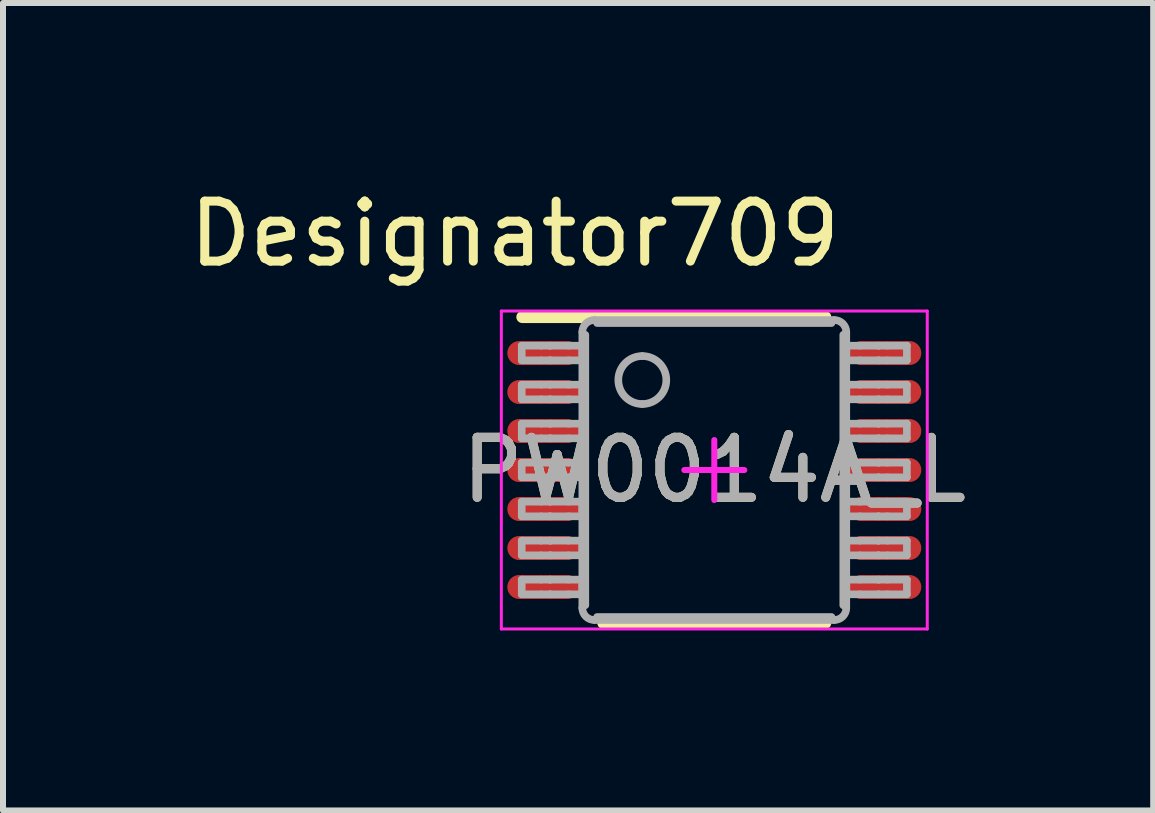
<source format=kicad_pcb>
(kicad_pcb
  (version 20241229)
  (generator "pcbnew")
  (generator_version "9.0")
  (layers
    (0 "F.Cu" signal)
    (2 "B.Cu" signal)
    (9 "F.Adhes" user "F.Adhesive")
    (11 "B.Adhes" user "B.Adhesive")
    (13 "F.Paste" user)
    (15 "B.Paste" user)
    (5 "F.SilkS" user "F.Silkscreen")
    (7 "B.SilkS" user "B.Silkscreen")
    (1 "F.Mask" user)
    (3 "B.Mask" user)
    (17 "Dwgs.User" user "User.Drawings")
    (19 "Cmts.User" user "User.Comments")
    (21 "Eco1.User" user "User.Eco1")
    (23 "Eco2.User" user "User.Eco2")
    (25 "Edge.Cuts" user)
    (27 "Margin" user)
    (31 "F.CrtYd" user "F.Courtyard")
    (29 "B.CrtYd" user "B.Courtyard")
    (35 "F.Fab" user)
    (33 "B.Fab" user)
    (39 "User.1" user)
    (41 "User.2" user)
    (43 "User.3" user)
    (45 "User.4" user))
  (footprint "PW0014A_L"
    (layer "F.Cu")
    (at 8.857 4.785)
    (property "Reference" "PW0014A_L" (at 0 0 0) (unlocked yes) (layer "F.SilkS") (effects (font (size 1 1) (thickness 0.15))))
    (attr smd)
    (fp_line (start -3.2 -2.55) (end 1.85 -2.55) (stroke (width 0.2) (type solid)) (layer "F.SilkS"))
    (fp_line (start -1.85 2.55) (end 1.85 2.55) (stroke (width 0.2) (type solid)) (layer "F.SilkS"))
    (fp_line (start -3.55 -2.65) (end 3.55 -2.65) (stroke (width 0.05) (type solid)) (layer "F.CrtYd"))
    (fp_line (start -3.55 2.65) (end -3.55 -2.65) (stroke (width 0.05) (type solid)) (layer "F.CrtYd"))
    (fp_line (start -3.55 2.65) (end 3.55 2.65) (stroke (width 0.05) (type solid)) (layer "F.CrtYd"))
    (fp_line (start -0.5 0) (end 0.5 0) (stroke (width 0.1) (type solid)) (layer "F.CrtYd"))
    (fp_line (start 0 0.5) (end 0 -0.5) (stroke (width 0.1) (type solid)) (layer "F.CrtYd"))
    (fp_line (start 3.55 2.65) (end 3.55 -2.65) (stroke (width 0.05) (type solid)) (layer "F.CrtYd"))
    (fp_line (start -3.21 -2.073) (end -2.887 -2.073) (stroke (width 0.127) (type solid)) (layer "F.Fab"))
    (fp_line (start -3.21 -1.828) (end -3.21 -2.073) (stroke (width 0.127) (type solid)) (layer "F.Fab"))
    (fp_line (start -3.21 -1.828) (end -2.887 -1.828) (stroke (width 0.127) (type solid)) (layer "F.Fab"))
    (fp_line (start -3.21 -1.423) (end -2.887 -1.423) (stroke (width 0.127) (type solid)) (layer "F.Fab"))
    (fp_line (start -3.21 -1.178) (end -3.21 -1.423) (stroke (width 0.127) (type solid)) (layer "F.Fab"))
    (fp_line (start -3.21 -1.178) (end -2.887 -1.178) (stroke (width 0.127) (type solid)) (layer "F.Fab"))
    (fp_line (start -3.21 -0.773) (end -2.887 -0.773) (stroke (width 0.127) (type solid)) (layer "F.Fab"))
    (fp_line (start -3.21 -0.528) (end -3.21 -0.773) (stroke (width 0.127) (type solid)) (layer "F.Fab"))
    (fp_line (start -3.21 -0.528) (end -2.887 -0.528) (stroke (width 0.127) (type solid)) (layer "F.Fab"))
    (fp_line (start -3.21 -0.123) (end -2.887 -0.123) (stroke (width 0.127) (type solid)) (layer "F.Fab"))
    (fp_line (start -3.21 0.122) (end -3.21 -0.123) (stroke (width 0.127) (type solid)) (layer "F.Fab"))
    (fp_line (start -3.21 0.122) (end -2.887 0.122) (stroke (width 0.127) (type solid)) (layer "F.Fab"))
    (fp_line (start -3.21 0.527) (end -2.887 0.527) (stroke (width 0.127) (type solid)) (layer "F.Fab"))
    (fp_line (start -3.21 0.772) (end -3.21 0.527) (stroke (width 0.127) (type solid)) (layer "F.Fab"))
    (fp_line (start -3.21 0.772) (end -2.887 0.772) (stroke (width 0.127) (type solid)) (layer "F.Fab"))
    (fp_line (start -3.21 1.177) (end -2.887 1.177) (stroke (width 0.127) (type solid)) (layer "F.Fab"))
    (fp_line (start -3.21 1.422) (end -3.21 1.177) (stroke (width 0.127) (type solid)) (layer "F.Fab"))
    (fp_line (start -3.21 1.422) (end -2.887 1.422) (stroke (width 0.127) (type solid)) (layer "F.Fab"))
    (fp_line (start -3.21 1.827) (end -2.887 1.827) (stroke (width 0.127) (type solid)) (layer "F.Fab"))
    (fp_line (start -3.21 2.072) (end -3.21 1.827) (stroke (width 0.127) (type solid)) (layer "F.Fab"))
    (fp_line (start -3.21 2.072) (end -2.887 2.072) (stroke (width 0.127) (type solid)) (layer "F.Fab"))
    (fp_line (start -2.887 -2.073) (end -2.739 -2.073) (stroke (width 0.127) (type solid)) (layer "F.Fab"))
    (fp_line (start -2.887 -1.828) (end -2.739 -1.828) (stroke (width 0.127) (type solid)) (layer "F.Fab"))
    (fp_line (start -2.887 -1.423) (end -2.739 -1.423) (stroke (width 0.127) (type solid)) (layer "F.Fab"))
    (fp_line (start -2.887 -1.178) (end -2.739 -1.178) (stroke (width 0.127) (type solid)) (layer "F.Fab"))
    (fp_line (start -2.887 -0.773) (end -2.739 -0.773) (stroke (width 0.127) (type solid)) (layer "F.Fab"))
    (fp_line (start -2.887 -0.528) (end -2.739 -0.528) (stroke (width 0.127) (type solid)) (layer "F.Fab"))
    (fp_line (start -2.887 -0.123) (end -2.739 -0.123) (stroke (width 0.127) (type solid)) (layer "F.Fab"))
    (fp_line (start -2.887 0.122) (end -2.739 0.122) (stroke (width 0.127) (type solid)) (layer "F.Fab"))
    (fp_line (start -2.887 0.527) (end -2.739 0.527) (stroke (width 0.127) (type solid)) (layer "F.Fab"))
    (fp_line (start -2.887 0.772) (end -2.739 0.772) (stroke (width 0.127) (type solid)) (layer "F.Fab"))
    (fp_line (start -2.887 1.177) (end -2.739 1.177) (stroke (width 0.127) (type solid)) (layer "F.Fab"))
    (fp_line (start -2.887 1.422) (end -2.739 1.422) (stroke (width 0.127) (type solid)) (layer "F.Fab"))
    (fp_line (start -2.887 1.827) (end -2.739 1.827) (stroke (width 0.127) (type solid)) (layer "F.Fab"))
    (fp_line (start -2.887 2.072) (end -2.739 2.072) (stroke (width 0.127) (type solid)) (layer "F.Fab"))
    (fp_line (start -2.739 -2.073) (end -2.733 -2.073) (stroke (width 0.127) (type solid)) (layer "F.Fab"))
    (fp_line (start -2.739 -1.828) (end -2.733 -1.828) (stroke (width 0.127) (type solid)) (layer "F.Fab"))
    (fp_line (start -2.739 -1.423) (end -2.733 -1.423) (stroke (width 0.127) (type solid)) (layer "F.Fab"))
    (fp_line (start -2.739 -1.178) (end -2.733 -1.178) (stroke (width 0.127) (type solid)) (layer "F.Fab"))
    (fp_line (start -2.739 -0.773) (end -2.733 -0.773) (stroke (width 0.127) (type solid)) (layer "F.Fab"))
    (fp_line (start -2.739 -0.528) (end -2.733 -0.528) (stroke (width 0.127) (type solid)) (layer "F.Fab"))
    (fp_line (start -2.739 -0.123) (end -2.733 -0.123) (stroke (width 0.127) (type solid)) (layer "F.Fab"))
    (fp_line (start -2.739 0.122) (end -2.733 0.122) (stroke (width 0.127) (type solid)) (layer "F.Fab"))
    (fp_line (start -2.739 0.527) (end -2.733 0.527) (stroke (width 0.127) (type solid)) (layer "F.Fab"))
    (fp_line (start -2.739 0.772) (end -2.733 0.772) (stroke (width 0.127) (type solid)) (layer "F.Fab"))
    (fp_line (start -2.739 1.177) (end -2.733 1.177) (stroke (width 0.127) (type solid)) (layer "F.Fab"))
    (fp_line (start -2.739 1.422) (end -2.733 1.422) (stroke (width 0.127) (type solid)) (layer "F.Fab"))
    (fp_line (start -2.739 1.827) (end -2.733 1.827) (stroke (width 0.127) (type solid)) (layer "F.Fab"))
    (fp_line (start -2.739 2.072) (end -2.733 2.072) (stroke (width 0.127) (type solid)) (layer "F.Fab"))
    (fp_line (start -2.733 -2.073) (end -2.431 -2.073) (stroke (width 0.127) (type solid)) (layer "F.Fab"))
    (fp_line (start -2.733 -1.828) (end -2.431 -1.828) (stroke (width 0.127) (type solid)) (layer "F.Fab"))
    (fp_line (start -2.733 -1.423) (end -2.431 -1.423) (stroke (width 0.127) (type solid)) (layer "F.Fab"))
    (fp_line (start -2.733 -1.178) (end -2.431 -1.178) (stroke (width 0.127) (type solid)) (layer "F.Fab"))
    (fp_line (start -2.733 -0.773) (end -2.431 -0.773) (stroke (width 0.127) (type solid)) (layer "F.Fab"))
    (fp_line (start -2.733 -0.528) (end -2.431 -0.528) (stroke (width 0.127) (type solid)) (layer "F.Fab"))
    (fp_line (start -2.733 -0.123) (end -2.431 -0.123) (stroke (width 0.127) (type solid)) (layer "F.Fab"))
    (fp_line (start -2.733 0.122) (end -2.431 0.122) (stroke (width 0.127) (type solid)) (layer "F.Fab"))
    (fp_line (start -2.733 0.527) (end -2.431 0.527) (stroke (width 0.127) (type solid)) (layer "F.Fab"))
    (fp_line (start -2.733 0.772) (end -2.431 0.772) (stroke (width 0.127) (type solid)) (layer "F.Fab"))
    (fp_line (start -2.733 1.177) (end -2.431 1.177) (stroke (width 0.127) (type solid)) (layer "F.Fab"))
    (fp_line (start -2.733 1.422) (end -2.431 1.422) (stroke (width 0.127) (type solid)) (layer "F.Fab"))
    (fp_line (start -2.733 1.827) (end -2.431 1.827) (stroke (width 0.127) (type solid)) (layer "F.Fab"))
    (fp_line (start -2.733 2.072) (end -2.431 2.072) (stroke (width 0.127) (type solid)) (layer "F.Fab"))
    (fp_line (start -2.431 -2.073) (end -2.2 -2.073) (stroke (width 0.127) (type solid)) (layer "F.Fab"))
    (fp_line (start -2.431 -1.828) (end -2.2 -1.828) (stroke (width 0.127) (type solid)) (layer "F.Fab"))
    (fp_line (start -2.431 -1.423) (end -2.2 -1.423) (stroke (width 0.127) (type solid)) (layer "F.Fab"))
    (fp_line (start -2.431 -1.178) (end -2.2 -1.178) (stroke (width 0.127) (type solid)) (layer "F.Fab"))
    (fp_line (start -2.431 -0.773) (end -2.2 -0.773) (stroke (width 0.127) (type solid)) (layer "F.Fab"))
    (fp_line (start -2.431 -0.528) (end -2.2 -0.528) (stroke (width 0.127) (type solid)) (layer "F.Fab"))
    (fp_line (start -2.431 -0.123) (end -2.2 -0.123) (stroke (width 0.127) (type solid)) (layer "F.Fab"))
    (fp_line (start -2.431 0.122) (end -2.2 0.122) (stroke (width 0.127) (type solid)) (layer "F.Fab"))
    (fp_line (start -2.431 0.527) (end -2.2 0.527) (stroke (width 0.127) (type solid)) (layer "F.Fab"))
    (fp_line (start -2.431 0.772) (end -2.2 0.772) (stroke (width 0.127) (type solid)) (layer "F.Fab"))
    (fp_line (start -2.431 1.177) (end -2.2 1.177) (stroke (width 0.127) (type solid)) (layer "F.Fab"))
    (fp_line (start -2.431 1.422) (end -2.2 1.422) (stroke (width 0.127) (type solid)) (layer "F.Fab"))
    (fp_line (start -2.431 1.827) (end -2.2 1.827) (stroke (width 0.127) (type solid)) (layer "F.Fab"))
    (fp_line (start -2.431 2.072) (end -2.2 2.072) (stroke (width 0.127) (type solid)) (layer "F.Fab"))
    (fp_line (start -2.2 -1.828) (end -2.2 -2.073) (stroke (width 0.127) (type solid)) (layer "F.Fab"))
    (fp_line (start -2.2 -1.178) (end -2.2 -1.423) (stroke (width 0.127) (type solid)) (layer "F.Fab"))
    (fp_line (start -2.2 -0.528) (end -2.2 -0.773) (stroke (width 0.127) (type solid)) (layer "F.Fab"))
    (fp_line (start -2.2 0.122) (end -2.2 -0.123) (stroke (width 0.127) (type solid)) (layer "F.Fab"))
    (fp_line (start -2.2 0.772) (end -2.2 0.527) (stroke (width 0.127) (type solid)) (layer "F.Fab"))
    (fp_line (start -2.2 1.422) (end -2.2 1.177) (stroke (width 0.127) (type solid)) (layer "F.Fab"))
    (fp_line (start -2.2 2.072) (end -2.2 1.827) (stroke (width 0.127) (type solid)) (layer "F.Fab"))
    (fp_line (start -2.2 2.3) (end -2.2 -2.3) (stroke (width 0.127) (type solid)) (layer "F.Fab"))
    (fp_line (start -2.15 2.254) (end -2.15 -2.254) (stroke (width 0.127) (type solid)) (layer "F.Fab"))
    (fp_line (start -2 -2.5) (end 2 -2.5) (stroke (width 0.127) (type solid)) (layer "F.Fab"))
    (fp_line (start -2 2.5) (end 2 2.5) (stroke (width 0.127) (type solid)) (layer "F.Fab"))
    (fp_line (start -1.954 -2.45) (end 1.954 -2.45) (stroke (width 0.127) (type solid)) (layer "F.Fab"))
    (fp_line (start -1.954 2.45) (end 1.954 2.45) (stroke (width 0.127) (type solid)) (layer "F.Fab"))
    (fp_line (start 2.15 2.254) (end 2.15 -2.254) (stroke (width 0.127) (type solid)) (layer "F.Fab"))
    (fp_line (start 2.2 -2.073) (end 2.43 -2.073) (stroke (width 0.127) (type solid)) (layer "F.Fab"))
    (fp_line (start 2.2 -1.828) (end 2.2 -2.073) (stroke (width 0.127) (type solid)) (layer "F.Fab"))
    (fp_line (start 2.2 -1.828) (end 2.43 -1.828) (stroke (width 0.127) (type solid)) (layer "F.Fab"))
    (fp_line (start 2.2 -1.423) (end 2.43 -1.423) (stroke (width 0.127) (type solid)) (layer "F.Fab"))
    (fp_line (start 2.2 -1.178) (end 2.2 -1.423) (stroke (width 0.127) (type solid)) (layer "F.Fab"))
    (fp_line (start 2.2 -1.178) (end 2.43 -1.178) (stroke (width 0.127) (type solid)) (layer "F.Fab"))
    (fp_line (start 2.2 -0.773) (end 2.43 -0.773) (stroke (width 0.127) (type solid)) (layer "F.Fab"))
    (fp_line (start 2.2 -0.528) (end 2.2 -0.773) (stroke (width 0.127) (type solid)) (layer "F.Fab"))
    (fp_line (start 2.2 -0.528) (end 2.43 -0.528) (stroke (width 0.127) (type solid)) (layer "F.Fab"))
    (fp_line (start 2.2 -0.123) (end 2.43 -0.123) (stroke (width 0.127) (type solid)) (layer "F.Fab"))
    (fp_line (start 2.2 0.122) (end 2.2 -0.123) (stroke (width 0.127) (type solid)) (layer "F.Fab"))
    (fp_line (start 2.2 0.122) (end 2.43 0.122) (stroke (width 0.127) (type solid)) (layer "F.Fab"))
    (fp_line (start 2.2 0.527) (end 2.43 0.527) (stroke (width 0.127) (type solid)) (layer "F.Fab"))
    (fp_line (start 2.2 0.772) (end 2.2 0.527) (stroke (width 0.127) (type solid)) (layer "F.Fab"))
    (fp_line (start 2.2 0.772) (end 2.43 0.772) (stroke (width 0.127) (type solid)) (layer "F.Fab"))
    (fp_line (start 2.2 1.177) (end 2.43 1.177) (stroke (width 0.127) (type solid)) (layer "F.Fab"))
    (fp_line (start 2.2 1.422) (end 2.2 1.177) (stroke (width 0.127) (type solid)) (layer "F.Fab"))
    (fp_line (start 2.2 1.422) (end 2.43 1.422) (stroke (width 0.127) (type solid)) (layer "F.Fab"))
    (fp_line (start 2.2 1.827) (end 2.43 1.827) (stroke (width 0.127) (type solid)) (layer "F.Fab"))
    (fp_line (start 2.2 2.072) (end 2.2 1.827) (stroke (width 0.127) (type solid)) (layer "F.Fab"))
    (fp_line (start 2.2 2.072) (end 2.43 2.072) (stroke (width 0.127) (type solid)) (layer "F.Fab"))
    (fp_line (start 2.2 2.3) (end 2.2 -2.3) (stroke (width 0.127) (type solid)) (layer "F.Fab"))
    (fp_line (start 2.43 -2.073) (end 2.733 -2.073) (stroke (width 0.127) (type solid)) (layer "F.Fab"))
    (fp_line (start 2.43 -1.828) (end 2.733 -1.828) (stroke (width 0.127) (type solid)) (layer "F.Fab"))
    (fp_line (start 2.43 -1.423) (end 2.733 -1.423) (stroke (width 0.127) (type solid)) (layer "F.Fab"))
    (fp_line (start 2.43 -1.178) (end 2.733 -1.178) (stroke (width 0.127) (type solid)) (layer "F.Fab"))
    (fp_line (start 2.43 -0.773) (end 2.733 -0.773) (stroke (width 0.127) (type solid)) (layer "F.Fab"))
    (fp_line (start 2.43 -0.528) (end 2.733 -0.528) (stroke (width 0.127) (type solid)) (layer "F.Fab"))
    (fp_line (start 2.43 -0.123) (end 2.733 -0.123) (stroke (width 0.127) (type solid)) (layer "F.Fab"))
    (fp_line (start 2.43 0.122) (end 2.733 0.122) (stroke (width 0.127) (type solid)) (layer "F.Fab"))
    (fp_line (start 2.43 0.527) (end 2.733 0.527) (stroke (width 0.127) (type solid)) (layer "F.Fab"))
    (fp_line (start 2.43 0.772) (end 2.733 0.772) (stroke (width 0.127) (type solid)) (layer "F.Fab"))
    (fp_line (start 2.43 1.177) (end 2.733 1.177) (stroke (width 0.127) (type solid)) (layer "F.Fab"))
    (fp_line (start 2.43 1.422) (end 2.733 1.422) (stroke (width 0.127) (type solid)) (layer "F.Fab"))
    (fp_line (start 2.43 1.827) (end 2.733 1.827) (stroke (width 0.127) (type solid)) (layer "F.Fab"))
    (fp_line (start 2.43 2.072) (end 2.733 2.072) (stroke (width 0.127) (type solid)) (layer "F.Fab"))
    (fp_line (start 2.733 -2.073) (end 2.739 -2.073) (stroke (width 0.127) (type solid)) (layer "F.Fab"))
    (fp_line (start 2.733 -1.828) (end 2.739 -1.828) (stroke (width 0.127) (type solid)) (layer "F.Fab"))
    (fp_line (start 2.733 -1.423) (end 2.739 -1.423) (stroke (width 0.127) (type solid)) (layer "F.Fab"))
    (fp_line (start 2.733 -1.178) (end 2.739 -1.178) (stroke (width 0.127) (type solid)) (layer "F.Fab"))
    (fp_line (start 2.733 -0.773) (end 2.739 -0.773) (stroke (width 0.127) (type solid)) (layer "F.Fab"))
    (fp_line (start 2.733 -0.528) (end 2.739 -0.528) (stroke (width 0.127) (type solid)) (layer "F.Fab"))
    (fp_line (start 2.733 -0.123) (end 2.739 -0.123) (stroke (width 0.127) (type solid)) (layer "F.Fab"))
    (fp_line (start 2.733 0.122) (end 2.739 0.122) (stroke (width 0.127) (type solid)) (layer "F.Fab"))
    (fp_line (start 2.733 0.527) (end 2.739 0.527) (stroke (width 0.127) (type solid)) (layer "F.Fab"))
    (fp_line (start 2.733 0.772) (end 2.739 0.772) (stroke (width 0.127) (type solid)) (layer "F.Fab"))
    (fp_line (start 2.733 1.177) (end 2.739 1.177) (stroke (width 0.127) (type solid)) (layer "F.Fab"))
    (fp_line (start 2.733 1.422) (end 2.739 1.422) (stroke (width 0.127) (type solid)) (layer "F.Fab"))
    (fp_line (start 2.733 1.827) (end 2.739 1.827) (stroke (width 0.127) (type solid)) (layer "F.Fab"))
    (fp_line (start 2.733 2.072) (end 2.739 2.072) (stroke (width 0.127) (type solid)) (layer "F.Fab"))
    (fp_line (start 2.739 -2.073) (end 2.887 -2.073) (stroke (width 0.127) (type solid)) (layer "F.Fab"))
    (fp_line (start 2.739 -1.828) (end 2.887 -1.828) (stroke (width 0.127) (type solid)) (layer "F.Fab"))
    (fp_line (start 2.739 -1.423) (end 2.887 -1.423) (stroke (width 0.127) (type solid)) (layer "F.Fab"))
    (fp_line (start 2.739 -1.178) (end 2.887 -1.178) (stroke (width 0.127) (type solid)) (layer "F.Fab"))
    (fp_line (start 2.739 -0.773) (end 2.887 -0.773) (stroke (width 0.127) (type solid)) (layer "F.Fab"))
    (fp_line (start 2.739 -0.528) (end 2.887 -0.528) (stroke (width 0.127) (type solid)) (layer "F.Fab"))
    (fp_line (start 2.739 -0.123) (end 2.887 -0.123) (stroke (width 0.127) (type solid)) (layer "F.Fab"))
    (fp_line (start 2.739 0.122) (end 2.887 0.122) (stroke (width 0.127) (type solid)) (layer "F.Fab"))
    (fp_line (start 2.739 0.527) (end 2.887 0.527) (stroke (width 0.127) (type solid)) (layer "F.Fab"))
    (fp_line (start 2.739 0.772) (end 2.887 0.772) (stroke (width 0.127) (type solid)) (layer "F.Fab"))
    (fp_line (start 2.739 1.177) (end 2.887 1.177) (stroke (width 0.127) (type solid)) (layer "F.Fab"))
    (fp_line (start 2.739 1.422) (end 2.887 1.422) (stroke (width 0.127) (type solid)) (layer "F.Fab"))
    (fp_line (start 2.739 1.827) (end 2.887 1.827) (stroke (width 0.127) (type solid)) (layer "F.Fab"))
    (fp_line (start 2.739 2.072) (end 2.887 2.072) (stroke (width 0.127) (type solid)) (layer "F.Fab"))
    (fp_line (start 2.887 -2.073) (end 3.21 -2.073) (stroke (width 0.127) (type solid)) (layer "F.Fab"))
    (fp_line (start 2.887 -1.828) (end 3.21 -1.828) (stroke (width 0.127) (type solid)) (layer "F.Fab"))
    (fp_line (start 2.887 -1.423) (end 3.21 -1.423) (stroke (width 0.127) (type solid)) (layer "F.Fab"))
    (fp_line (start 2.887 -1.178) (end 3.21 -1.178) (stroke (width 0.127) (type solid)) (layer "F.Fab"))
    (fp_line (start 2.887 -0.773) (end 3.21 -0.773) (stroke (width 0.127) (type solid)) (layer "F.Fab"))
    (fp_line (start 2.887 -0.528) (end 3.21 -0.528) (stroke (width 0.127) (type solid)) (layer "F.Fab"))
    (fp_line (start 2.887 -0.123) (end 3.21 -0.123) (stroke (width 0.127) (type solid)) (layer "F.Fab"))
    (fp_line (start 2.887 0.122) (end 3.21 0.122) (stroke (width 0.127) (type solid)) (layer "F.Fab"))
    (fp_line (start 2.887 0.527) (end 3.21 0.527) (stroke (width 0.127) (type solid)) (layer "F.Fab"))
    (fp_line (start 2.887 0.772) (end 3.21 0.772) (stroke (width 0.127) (type solid)) (layer "F.Fab"))
    (fp_line (start 2.887 1.177) (end 3.21 1.177) (stroke (width 0.127) (type solid)) (layer "F.Fab"))
    (fp_line (start 2.887 1.422) (end 3.21 1.422) (stroke (width 0.127) (type solid)) (layer "F.Fab"))
    (fp_line (start 2.887 1.827) (end 3.21 1.827) (stroke (width 0.127) (type solid)) (layer "F.Fab"))
    (fp_line (start 2.887 2.072) (end 3.21 2.072) (stroke (width 0.127) (type solid)) (layer "F.Fab"))
    (fp_line (start 3.21 -1.828) (end 3.21 -2.073) (stroke (width 0.127) (type solid)) (layer "F.Fab"))
    (fp_line (start 3.21 -1.178) (end 3.21 -1.423) (stroke (width 0.127) (type solid)) (layer "F.Fab"))
    (fp_line (start 3.21 -0.528) (end 3.21 -0.773) (stroke (width 0.127) (type solid)) (layer "F.Fab"))
    (fp_line (start 3.21 0.122) (end 3.21 -0.123) (stroke (width 0.127) (type solid)) (layer "F.Fab"))
    (fp_line (start 3.21 0.772) (end 3.21 0.527) (stroke (width 0.127) (type solid)) (layer "F.Fab"))
    (fp_line (start 3.21 1.422) (end 3.21 1.177) (stroke (width 0.127) (type solid)) (layer "F.Fab"))
    (fp_line (start 3.21 2.072) (end 3.21 1.827) (stroke (width 0.127) (type solid)) (layer "F.Fab"))
    (fp_arc (start -2.200001 -2.3) (mid -2.141422 -2.441421) (end -2.000001 -2.5) (stroke (width 0.127) (type solid)) (layer "F.Fab"))
    (fp_arc (start -2.000001 2.49999) (mid -2.141422 2.441412) (end -2.200001 2.29999) (stroke (width 0.127) (type solid)) (layer "F.Fab"))
    (fp_arc (start -1.200003 -1.900001) (mid -0.800003 -1.500002) (end -1.200003 -1.100003) (stroke (width 0.127) (type solid)) (layer "F.Fab"))
    (fp_arc (start -1.200003 -1.100003) (mid -1.600002 -1.500002) (end -1.200003 -1.900001) (stroke (width 0.127) (type solid)) (layer "F.Fab"))
    (fp_arc (start 1.999991 -2.5) (mid 2.141412 -2.441422) (end 2.199991 -2.3) (stroke (width 0.127) (type solid)) (layer "F.Fab"))
    (fp_arc (start 2.199991 2.29999) (mid 2.141412 2.441411) (end 1.999991 2.49999) (stroke (width 0.127) (type solid)) (layer "F.Fab"))
    (fp_text user "Designator709" (at -3.327 -3.937 0) (unlocked yes) (layer "F.SilkS") (effects (font (size 1 1) (thickness 0.15))))
    (fp_text user "${REFERENCE}" (at 0 0 0) (unlocked yes) (layer "F.Fab") (effects (font (size 1 1) (thickness 0.15))))
    (pad "1" smd oval (at -2.85 -1.95 90) (size 0.4 1.2) (layers "F.Cu" "F.Mask" "F.Paste"))
    (pad "2" smd oval (at -2.85 -1.3 90) (size 0.4 1.2) (layers "F.Cu" "F.Mask" "F.Paste"))
    (pad "3" smd oval (at -2.85 -0.65 90) (size 0.4 1.2) (layers "F.Cu" "F.Mask" "F.Paste"))
    (pad "4" smd oval (at -2.85 0 90) (size 0.4 1.2) (layers "F.Cu" "F.Mask" "F.Paste"))
    (pad "5" smd oval (at -2.85 0.65 90) (size 0.4 1.2) (layers "F.Cu" "F.Mask" "F.Paste"))
    (pad "6" smd oval (at -2.85 1.3 90) (size 0.4 1.2) (layers "F.Cu" "F.Mask" "F.Paste"))
    (pad "7" smd oval (at -2.85 1.95 90) (size 0.4 1.2) (layers "F.Cu" "F.Mask" "F.Paste"))
    (pad "8" smd oval (at 2.85 1.95 90) (size 0.4 1.2) (layers "F.Cu" "F.Mask" "F.Paste"))
    (pad "9" smd oval (at 2.85 1.3 90) (size 0.4 1.2) (layers "F.Cu" "F.Mask" "F.Paste"))
    (pad "10" smd oval (at 2.85 0.65 90) (size 0.4 1.2) (layers "F.Cu" "F.Mask" "F.Paste"))
    (pad "11" smd oval (at 2.85 0 90) (size 0.4 1.2) (layers "F.Cu" "F.Mask" "F.Paste"))
    (pad "12" smd oval (at 2.85 -0.65 90) (size 0.4 1.2) (layers "F.Cu" "F.Mask" "F.Paste"))
    (pad "13" smd oval (at 2.85 -1.3 90) (size 0.4 1.2) (layers "F.Cu" "F.Mask" "F.Paste"))
    (pad "14" smd oval (at 2.85 -1.95 90) (size 0.4 1.2) (layers "F.Cu" "F.Mask" "F.Paste")))
  (gr_rect
    (start -3 -3)
    (end 16.173 10.46)
    (stroke (width 0.1) (type default))
    (fill no)
    (layer "Edge.Cuts")))
</source>
